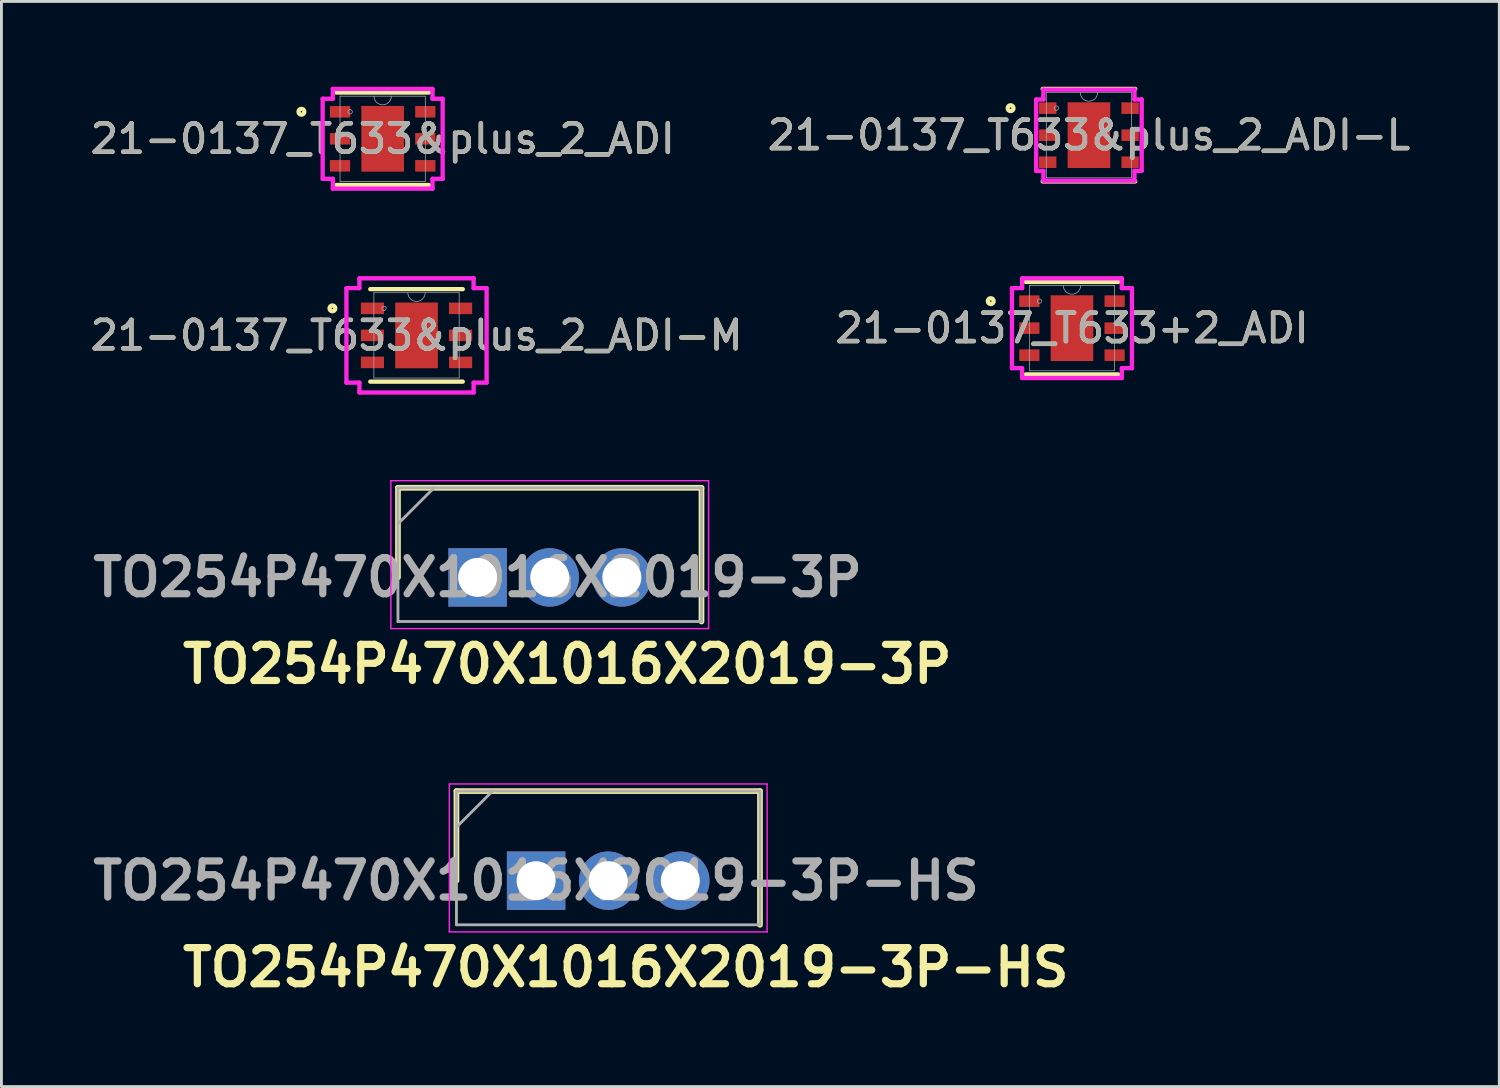
<source format=kicad_pcb>
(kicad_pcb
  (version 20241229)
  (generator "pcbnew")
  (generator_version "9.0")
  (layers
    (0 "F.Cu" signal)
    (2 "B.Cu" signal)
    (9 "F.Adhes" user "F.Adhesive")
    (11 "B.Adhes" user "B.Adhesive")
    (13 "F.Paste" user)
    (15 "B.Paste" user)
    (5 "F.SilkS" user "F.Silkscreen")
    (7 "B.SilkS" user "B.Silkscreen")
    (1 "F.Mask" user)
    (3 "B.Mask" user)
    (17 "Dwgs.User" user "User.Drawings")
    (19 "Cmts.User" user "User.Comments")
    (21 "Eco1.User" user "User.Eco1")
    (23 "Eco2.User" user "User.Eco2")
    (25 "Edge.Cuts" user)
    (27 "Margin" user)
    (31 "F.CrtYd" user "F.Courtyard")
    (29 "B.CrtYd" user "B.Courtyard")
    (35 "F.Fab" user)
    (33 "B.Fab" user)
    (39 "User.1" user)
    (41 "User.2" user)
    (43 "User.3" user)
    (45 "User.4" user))
  (footprint "21-0137_T633+2_ADI"
    (layer "F.Cu")
    (at 34.634 8.486)
    (property "Reference" "21-0137_T633+2_ADI" (at 0 0 0) (unlocked yes) (layer "F.SilkS") (effects (font (size 1 1) (thickness 0.16))))
    (attr smd)
    (fp_line (start -1.626 1.626) (end 1.626 1.626) (stroke (width 0.152) (type solid)) (layer "F.SilkS"))
    (fp_line (start 1.626 -1.626) (end -1.626 -1.626) (stroke (width 0.152) (type solid)) (layer "F.SilkS"))
    (fp_circle (center -2.856 -0.95) (end -2.754 -0.95) (stroke (width 0.152) (type solid)) (fill no) (layer "F.SilkS"))
    (fp_line (start -2.109 -1.407) (end -1.753 -1.407) (stroke (width 0.152) (type solid)) (layer "F.CrtYd"))
    (fp_line (start -2.109 1.407) (end -2.109 -1.407) (stroke (width 0.152) (type solid)) (layer "F.CrtYd"))
    (fp_line (start -2.109 1.407) (end -1.753 1.407) (stroke (width 0.152) (type solid)) (layer "F.CrtYd"))
    (fp_line (start -1.753 -1.753) (end 1.753 -1.753) (stroke (width 0.152) (type solid)) (layer "F.CrtYd"))
    (fp_line (start -1.753 -1.407) (end -1.753 -1.753) (stroke (width 0.152) (type solid)) (layer "F.CrtYd"))
    (fp_line (start -1.753 1.753) (end -1.753 1.407) (stroke (width 0.152) (type solid)) (layer "F.CrtYd"))
    (fp_line (start 1.753 -1.753) (end 1.753 -1.407) (stroke (width 0.152) (type solid)) (layer "F.CrtYd"))
    (fp_line (start 1.753 1.407) (end 1.753 1.753) (stroke (width 0.152) (type solid)) (layer "F.CrtYd"))
    (fp_line (start 1.753 1.753) (end -1.753 1.753) (stroke (width 0.152) (type solid)) (layer "F.CrtYd"))
    (fp_line (start 2.109 -1.407) (end 1.753 -1.407) (stroke (width 0.152) (type solid)) (layer "F.CrtYd"))
    (fp_line (start 2.109 -1.407) (end 2.109 1.407) (stroke (width 0.152) (type solid)) (layer "F.CrtYd"))
    (fp_line (start 2.109 1.407) (end 1.753 1.407) (stroke (width 0.152) (type solid)) (layer "F.CrtYd"))
    (fp_line (start -1.499 -1.499) (end -1.499 1.499) (stroke (width 0.025) (type solid)) (layer "F.Fab"))
    (fp_line (start -1.499 1.499) (end 1.499 1.499) (stroke (width 0.025) (type solid)) (layer "F.Fab"))
    (fp_line (start 1.499 -1.499) (end -1.499 -1.499) (stroke (width 0.025) (type solid)) (layer "F.Fab"))
    (fp_line (start 1.499 1.499) (end 1.499 -1.499) (stroke (width 0.025) (type solid)) (layer "F.Fab"))
    (fp_arc (start 0.3048 -1.4986) (mid 0 -1.1938) (end -0.3048 -1.4986) (stroke (width 0.0254) (type solid)) (layer "F.Fab"))
    (fp_circle (center -1.144 -0.95) (end -1.067 -0.95) (stroke (width 0.025) (type solid)) (fill no) (layer "F.Fab"))
    (fp_text user "${REFERENCE}" (at 0 0 0) (unlocked yes) (layer "F.Fab") (effects (font (size 1 1) (thickness 0.15))))
    (pad "1" smd rect (at -1.499 -0.95) (size 0.711 0.406) (layers "F.Cu" "F.Mask" "F.Paste"))
    (pad "2" smd rect (at -1.499 0) (size 0.711 0.406) (layers "F.Cu" "F.Mask" "F.Paste"))
    (pad "3" smd rect (at -1.499 0.95) (size 0.711 0.406) (layers "F.Cu" "F.Mask" "F.Paste"))
    (pad "4" smd rect (at 1.499 0.95) (size 0.711 0.406) (layers "F.Cu" "F.Mask" "F.Paste"))
    (pad "5" smd rect (at 1.499 0) (size 0.711 0.406) (layers "F.Cu" "F.Mask" "F.Paste"))
    (pad "6" smd rect (at 1.499 -0.95) (size 0.711 0.406) (layers "F.Cu" "F.Mask" "F.Paste"))
    (pad "7" smd rect (at 0 0) (size 1.499 2.311) (layers "F.Cu" "F.Mask" "F.Paste")))
  (footprint "21-0137_T633&plus_2_ADI"
    (layer "F.Cu")
    (at 10.402 1.829)
    (property "Reference" "21-0137_T633&plus_2_ADI" (at 0 0 0) (unlocked yes) (layer "F.SilkS") (effects (font (size 1 1) (thickness 0.16))))
    (attr smd)
    (fp_line (start -1.626 1.626) (end 1.626 1.626) (stroke (width 0.152) (type solid)) (layer "F.SilkS"))
    (fp_line (start 1.626 -1.626) (end -1.626 -1.626) (stroke (width 0.152) (type solid)) (layer "F.SilkS"))
    (fp_circle (center -2.856 -0.95) (end -2.754 -0.95) (stroke (width 0.152) (type solid)) (fill no) (layer "F.SilkS"))
    (fp_line (start -2.109 -1.407) (end -1.753 -1.407) (stroke (width 0.152) (type solid)) (layer "F.CrtYd"))
    (fp_line (start -2.109 1.407) (end -2.109 -1.407) (stroke (width 0.152) (type solid)) (layer "F.CrtYd"))
    (fp_line (start -2.109 1.407) (end -1.753 1.407) (stroke (width 0.152) (type solid)) (layer "F.CrtYd"))
    (fp_line (start -1.753 -1.753) (end 1.753 -1.753) (stroke (width 0.152) (type solid)) (layer "F.CrtYd"))
    (fp_line (start -1.753 -1.407) (end -1.753 -1.753) (stroke (width 0.152) (type solid)) (layer "F.CrtYd"))
    (fp_line (start -1.753 1.753) (end -1.753 1.407) (stroke (width 0.152) (type solid)) (layer "F.CrtYd"))
    (fp_line (start 1.753 -1.753) (end 1.753 -1.407) (stroke (width 0.152) (type solid)) (layer "F.CrtYd"))
    (fp_line (start 1.753 1.407) (end 1.753 1.753) (stroke (width 0.152) (type solid)) (layer "F.CrtYd"))
    (fp_line (start 1.753 1.753) (end -1.753 1.753) (stroke (width 0.152) (type solid)) (layer "F.CrtYd"))
    (fp_line (start 2.109 -1.407) (end 1.753 -1.407) (stroke (width 0.152) (type solid)) (layer "F.CrtYd"))
    (fp_line (start 2.109 -1.407) (end 2.109 1.407) (stroke (width 0.152) (type solid)) (layer "F.CrtYd"))
    (fp_line (start 2.109 1.407) (end 1.753 1.407) (stroke (width 0.152) (type solid)) (layer "F.CrtYd"))
    (fp_line (start -1.499 -1.499) (end -1.499 1.499) (stroke (width 0.025) (type solid)) (layer "F.Fab"))
    (fp_line (start -1.499 1.499) (end 1.499 1.499) (stroke (width 0.025) (type solid)) (layer "F.Fab"))
    (fp_line (start 1.499 -1.499) (end -1.499 -1.499) (stroke (width 0.025) (type solid)) (layer "F.Fab"))
    (fp_line (start 1.499 1.499) (end 1.499 -1.499) (stroke (width 0.025) (type solid)) (layer "F.Fab"))
    (fp_arc (start 0.3048 -1.4986) (mid 0 -1.1938) (end -0.3048 -1.4986) (stroke (width 0.0254) (type solid)) (layer "F.Fab"))
    (fp_circle (center -1.144 -0.95) (end -1.067 -0.95) (stroke (width 0.025) (type solid)) (fill no) (layer "F.Fab"))
    (fp_text user "${REFERENCE}" (at 0 0 0) (unlocked yes) (layer "F.Fab") (effects (font (size 1 1) (thickness 0.15))))
    (pad "1" smd rect (at -1.499 -0.95) (size 0.711 0.406) (layers "F.Cu" "F.Mask" "F.Paste"))
    (pad "2" smd rect (at -1.499 0) (size 0.711 0.406) (layers "F.Cu" "F.Mask" "F.Paste"))
    (pad "3" smd rect (at -1.499 0.95) (size 0.711 0.406) (layers "F.Cu" "F.Mask" "F.Paste"))
    (pad "4" smd rect (at 1.499 0.95) (size 0.711 0.406) (layers "F.Cu" "F.Mask" "F.Paste"))
    (pad "5" smd rect (at 1.499 0) (size 0.711 0.406) (layers "F.Cu" "F.Mask" "F.Paste"))
    (pad "6" smd rect (at 1.499 -0.95) (size 0.711 0.406) (layers "F.Cu" "F.Mask" "F.Paste"))
    (pad "7" smd rect (at 0 0) (size 1.499 2.311) (layers "F.Cu" "F.Mask" "F.Paste")))
  (footprint "TO254P470X1016X2019-3P-HS"
    (layer "F.Cu")
    (at 15.796 27.91)
    (property "Reference" "TO254P470X1016X2019-3P-HS" (at 3.15 3.048 0) (layer "F.SilkS") (effects (font (size 1.27 1.27) (thickness 0.254))))
    (attr through_hole)
    (fp_line (start -2.8 -3.15) (end -2.8 0) (stroke (width 0.2) (type solid)) (layer "F.SilkS"))
    (fp_line (start 7.87 -3.15) (end -2.8 -3.15) (stroke (width 0.2) (type solid)) (layer "F.SilkS"))
    (fp_line (start 7.87 1.55) (end 7.87 -3.15) (stroke (width 0.2) (type solid)) (layer "F.SilkS"))
    (fp_line (start -3.05 -3.4) (end 8.12 -3.4) (stroke (width 0.05) (type solid)) (layer "F.CrtYd"))
    (fp_line (start -3.05 1.8) (end -3.05 -3.4) (stroke (width 0.05) (type solid)) (layer "F.CrtYd"))
    (fp_line (start 8.12 -3.4) (end 8.12 1.8) (stroke (width 0.05) (type solid)) (layer "F.CrtYd"))
    (fp_line (start 8.12 1.8) (end -3.05 1.8) (stroke (width 0.05) (type solid)) (layer "F.CrtYd"))
    (fp_line (start -2.8 -3.15) (end 7.87 -3.15) (stroke (width 0.1) (type solid)) (layer "F.Fab"))
    (fp_line (start -2.8 -1.882) (end -1.532 -3.15) (stroke (width 0.1) (type solid)) (layer "F.Fab"))
    (fp_line (start -2.8 1.55) (end -2.8 -3.15) (stroke (width 0.1) (type solid)) (layer "F.Fab"))
    (fp_line (start 7.87 -3.15) (end 7.87 1.55) (stroke (width 0.1) (type solid)) (layer "F.Fab"))
    (fp_line (start 7.87 1.55) (end -2.8 1.55) (stroke (width 0.1) (type solid)) (layer "F.Fab"))
    (fp_text user "${REFERENCE}" (at 0 0 0) (layer "F.Fab") (effects (font (size 1.27 1.27) (thickness 0.254))))
    (pad "1" thru_hole rect (at 0 0) (size 2.055 2.055) (drill 1.37) (layers "*.Cu" "*.Mask"))
    (pad "2" thru_hole circle (at 2.535 0) (size 2.055 2.055) (drill 1.37) (layers "*.Cu" "*.Mask"))
    (pad "3" thru_hole circle (at 5.07 0) (size 2.055 2.055) (drill 1.37) (layers "*.Cu" "*.Mask")))
  (footprint "21-0137_T633&plus_2_ADI-L"
    (layer "F.Cu")
    (at 35.23 1.702)
    (property "Reference" "21-0137_T633&plus_2_ADI-L" (at 0 0 0) (unlocked yes) (layer "F.SilkS") (effects (font (size 1 1) (thickness 0.16))))
    (attr smd)
    (fp_line (start -1.626 1.626) (end 1.626 1.626) (stroke (width 0.152) (type solid)) (layer "F.SilkS"))
    (fp_line (start 1.626 -1.626) (end -1.626 -1.626) (stroke (width 0.152) (type solid)) (layer "F.SilkS"))
    (fp_circle (center -2.754 -0.95) (end -2.652 -0.95) (stroke (width 0.152) (type solid)) (fill no) (layer "F.SilkS"))
    (fp_line (start -1.855 -1.255) (end -1.6 -1.255) (stroke (width 0.152) (type solid)) (layer "F.CrtYd"))
    (fp_line (start -1.855 1.255) (end -1.855 -1.255) (stroke (width 0.152) (type solid)) (layer "F.CrtYd"))
    (fp_line (start -1.855 1.255) (end -1.6 1.255) (stroke (width 0.152) (type solid)) (layer "F.CrtYd"))
    (fp_line (start -1.6 -1.6) (end 1.6 -1.6) (stroke (width 0.152) (type solid)) (layer "F.CrtYd"))
    (fp_line (start -1.6 -1.255) (end -1.6 -1.6) (stroke (width 0.152) (type solid)) (layer "F.CrtYd"))
    (fp_line (start -1.6 1.6) (end -1.6 1.255) (stroke (width 0.152) (type solid)) (layer "F.CrtYd"))
    (fp_line (start 1.6 -1.6) (end 1.6 -1.255) (stroke (width 0.152) (type solid)) (layer "F.CrtYd"))
    (fp_line (start 1.6 1.255) (end 1.6 1.6) (stroke (width 0.152) (type solid)) (layer "F.CrtYd"))
    (fp_line (start 1.6 1.6) (end -1.6 1.6) (stroke (width 0.152) (type solid)) (layer "F.CrtYd"))
    (fp_line (start 1.855 -1.255) (end 1.6 -1.255) (stroke (width 0.152) (type solid)) (layer "F.CrtYd"))
    (fp_line (start 1.855 -1.255) (end 1.855 1.255) (stroke (width 0.152) (type solid)) (layer "F.CrtYd"))
    (fp_line (start 1.855 1.255) (end 1.6 1.255) (stroke (width 0.152) (type solid)) (layer "F.CrtYd"))
    (fp_line (start -1.499 -1.499) (end -1.499 1.499) (stroke (width 0.025) (type solid)) (layer "F.Fab"))
    (fp_line (start -1.499 1.499) (end 1.499 1.499) (stroke (width 0.025) (type solid)) (layer "F.Fab"))
    (fp_line (start 1.499 -1.499) (end -1.499 -1.499) (stroke (width 0.025) (type solid)) (layer "F.Fab"))
    (fp_line (start 1.499 1.499) (end 1.499 -1.499) (stroke (width 0.025) (type solid)) (layer "F.Fab"))
    (fp_arc (start 0.3048 -1.4986) (mid 0 -1.1938) (end -0.3048 -1.4986) (stroke (width 0.0254) (type solid)) (layer "F.Fab"))
    (fp_circle (center -1.144 -0.95) (end -1.067 -0.95) (stroke (width 0.025) (type solid)) (fill no) (layer "F.Fab"))
    (fp_text user "${REFERENCE}" (at 0 0 0) (unlocked yes) (layer "F.Fab") (effects (font (size 1 1) (thickness 0.15))))
    (pad "1" smd rect (at -1.448 -0.95) (size 0.61 0.406) (layers "F.Cu" "F.Mask" "F.Paste"))
    (pad "2" smd rect (at -1.448 0) (size 0.61 0.406) (layers "F.Cu" "F.Mask" "F.Paste"))
    (pad "3" smd rect (at -1.448 0.95) (size 0.61 0.406) (layers "F.Cu" "F.Mask" "F.Paste"))
    (pad "4" smd rect (at 1.448 0.95) (size 0.61 0.406) (layers "F.Cu" "F.Mask" "F.Paste"))
    (pad "5" smd rect (at 1.448 0) (size 0.61 0.406) (layers "F.Cu" "F.Mask" "F.Paste"))
    (pad "6" smd rect (at 1.448 -0.95) (size 0.61 0.406) (layers "F.Cu" "F.Mask" "F.Paste"))
    (pad "7" smd rect (at 0 0) (size 1.499 2.311) (layers "F.Cu" "F.Mask" "F.Paste")))
  (footprint "21-0137_T633&plus_2_ADI-M"
    (layer "F.Cu")
    (at 11.592 8.74)
    (property "Reference" "21-0137_T633&plus_2_ADI-M" (at 0 0 0) (unlocked yes) (layer "F.SilkS") (effects (font (size 1 1) (thickness 0.16))))
    (attr smd)
    (fp_line (start -1.626 1.626) (end 1.626 1.626) (stroke (width 0.152) (type solid)) (layer "F.SilkS"))
    (fp_line (start 1.626 -1.626) (end -1.626 -1.626) (stroke (width 0.152) (type solid)) (layer "F.SilkS"))
    (fp_circle (center -2.957 -0.95) (end -2.856 -0.95) (stroke (width 0.152) (type solid)) (fill no) (layer "F.SilkS"))
    (fp_line (start -2.464 -1.661) (end -2.007 -1.661) (stroke (width 0.152) (type solid)) (layer "F.CrtYd"))
    (fp_line (start -2.464 1.661) (end -2.464 -1.661) (stroke (width 0.152) (type solid)) (layer "F.CrtYd"))
    (fp_line (start -2.464 1.661) (end -2.007 1.661) (stroke (width 0.152) (type solid)) (layer "F.CrtYd"))
    (fp_line (start -2.007 -2.007) (end 2.007 -2.007) (stroke (width 0.152) (type solid)) (layer "F.CrtYd"))
    (fp_line (start -2.007 -1.661) (end -2.007 -2.007) (stroke (width 0.152) (type solid)) (layer "F.CrtYd"))
    (fp_line (start -2.007 2.007) (end -2.007 1.661) (stroke (width 0.152) (type solid)) (layer "F.CrtYd"))
    (fp_line (start 2.007 -2.007) (end 2.007 -1.661) (stroke (width 0.152) (type solid)) (layer "F.CrtYd"))
    (fp_line (start 2.007 1.661) (end 2.007 2.007) (stroke (width 0.152) (type solid)) (layer "F.CrtYd"))
    (fp_line (start 2.007 2.007) (end -2.007 2.007) (stroke (width 0.152) (type solid)) (layer "F.CrtYd"))
    (fp_line (start 2.464 -1.661) (end 2.007 -1.661) (stroke (width 0.152) (type solid)) (layer "F.CrtYd"))
    (fp_line (start 2.464 -1.661) (end 2.464 1.661) (stroke (width 0.152) (type solid)) (layer "F.CrtYd"))
    (fp_line (start 2.464 1.661) (end 2.007 1.661) (stroke (width 0.152) (type solid)) (layer "F.CrtYd"))
    (fp_line (start -1.499 -1.499) (end -1.499 1.499) (stroke (width 0.025) (type solid)) (layer "F.Fab"))
    (fp_line (start -1.499 1.499) (end 1.499 1.499) (stroke (width 0.025) (type solid)) (layer "F.Fab"))
    (fp_line (start 1.499 -1.499) (end -1.499 -1.499) (stroke (width 0.025) (type solid)) (layer "F.Fab"))
    (fp_line (start 1.499 1.499) (end 1.499 -1.499) (stroke (width 0.025) (type solid)) (layer "F.Fab"))
    (fp_arc (start 0.3048 -1.4986) (mid 0 -1.1938) (end -0.3048 -1.4986) (stroke (width 0.0254) (type solid)) (layer "F.Fab"))
    (fp_circle (center -1.144 -0.95) (end -1.067 -0.95) (stroke (width 0.025) (type solid)) (fill no) (layer "F.Fab"))
    (fp_text user "${REFERENCE}" (at 0 0 0) (unlocked yes) (layer "F.Fab") (effects (font (size 1 1) (thickness 0.15))))
    (pad "1" smd rect (at -1.55 -0.95) (size 0.813 0.406) (layers "F.Cu" "F.Mask" "F.Paste"))
    (pad "2" smd rect (at -1.55 0) (size 0.813 0.406) (layers "F.Cu" "F.Mask" "F.Paste"))
    (pad "3" smd rect (at -1.55 0.95) (size 0.813 0.406) (layers "F.Cu" "F.Mask" "F.Paste"))
    (pad "4" smd rect (at 1.55 0.95) (size 0.813 0.406) (layers "F.Cu" "F.Mask" "F.Paste"))
    (pad "5" smd rect (at 1.55 0) (size 0.813 0.406) (layers "F.Cu" "F.Mask" "F.Paste"))
    (pad "6" smd rect (at 1.55 -0.95) (size 0.813 0.406) (layers "F.Cu" "F.Mask" "F.Paste"))
    (pad "7" smd rect (at 0 0) (size 1.499 2.311) (layers "F.Cu" "F.Mask" "F.Paste")))
  (footprint "TO254P470X1016X2019-3P"
    (layer "F.Cu")
    (at 13.74 17.248)
    (property "Reference" "TO254P470X1016X2019-3P" (at 3.15 3.048 0) (layer "F.SilkS") (effects (font (size 1.27 1.27) (thickness 0.254))))
    (attr through_hole)
    (fp_line (start -2.8 -3.15) (end -2.8 0) (stroke (width 0.2) (type solid)) (layer "F.SilkS"))
    (fp_line (start 7.87 -3.15) (end -2.8 -3.15) (stroke (width 0.2) (type solid)) (layer "F.SilkS"))
    (fp_line (start 7.87 1.55) (end 7.87 -3.15) (stroke (width 0.2) (type solid)) (layer "F.SilkS"))
    (fp_line (start -3.05 -3.4) (end 8.12 -3.4) (stroke (width 0.05) (type solid)) (layer "F.CrtYd"))
    (fp_line (start -3.05 1.8) (end -3.05 -3.4) (stroke (width 0.05) (type solid)) (layer "F.CrtYd"))
    (fp_line (start 8.12 -3.4) (end 8.12 1.8) (stroke (width 0.05) (type solid)) (layer "F.CrtYd"))
    (fp_line (start 8.12 1.8) (end -3.05 1.8) (stroke (width 0.05) (type solid)) (layer "F.CrtYd"))
    (fp_line (start -2.8 -3.15) (end 7.87 -3.15) (stroke (width 0.1) (type solid)) (layer "F.Fab"))
    (fp_line (start -2.8 -1.882) (end -1.532 -3.15) (stroke (width 0.1) (type solid)) (layer "F.Fab"))
    (fp_line (start -2.8 1.55) (end -2.8 -3.15) (stroke (width 0.1) (type solid)) (layer "F.Fab"))
    (fp_line (start 7.87 -3.15) (end 7.87 1.55) (stroke (width 0.1) (type solid)) (layer "F.Fab"))
    (fp_line (start 7.87 1.55) (end -2.8 1.55) (stroke (width 0.1) (type solid)) (layer "F.Fab"))
    (fp_text user "${REFERENCE}" (at 0 0 0) (layer "F.Fab") (effects (font (size 1.27 1.27) (thickness 0.254))))
    (pad "1" thru_hole rect (at 0 0) (size 2.055 2.055) (drill 1.37) (layers "*.Cu" "*.Mask"))
    (pad "2" thru_hole circle (at 2.535 0) (size 2.055 2.055) (drill 1.37) (layers "*.Cu" "*.Mask"))
    (pad "3" thru_hole circle (at 5.07 0) (size 2.055 2.055) (drill 1.37) (layers "*.Cu" "*.Mask")))
  (gr_rect
    (start -3 -3)
    (end 49.655 35.147)
    (stroke (width 0.1) (type default))
    (fill no)
    (layer "Edge.Cuts")))
</source>
